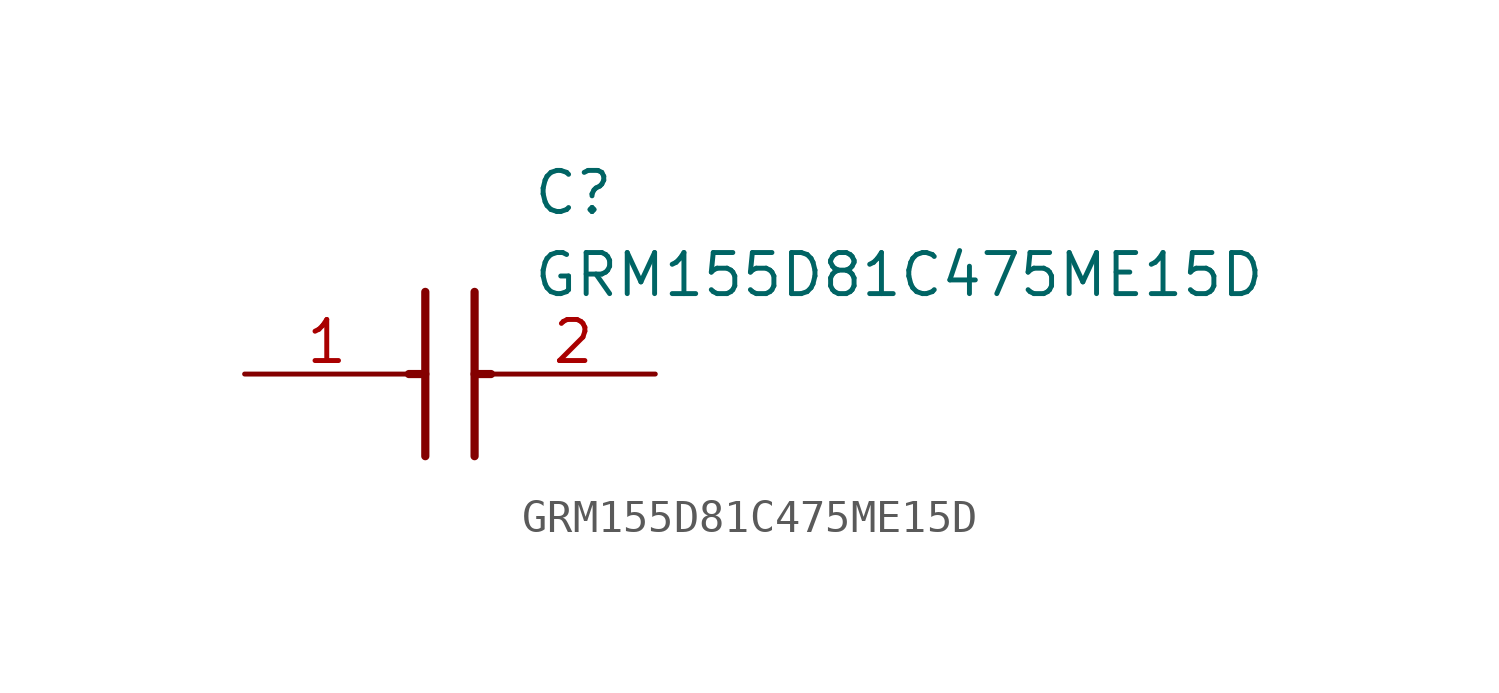
<source format=kicad_sym>
(kicad_symbol_lib
  (version 20211014)
  (generator SamacSys_ECAD_Model)
  (symbol "GRM155D81C475ME15D"
    (pin_names hide)
    (property "Reference" "C"
      (at 8.89 6.35 0)
      (effects (font (size 1.27 1.27)) (justify left top)))
    (property "Value" "GRM155D81C475ME15D"
      (at 8.89 3.81 0)
      (effects (font (size 1.27 1.27)) (justify left top)))
    (polyline
      (pts (xy 5.588 2.54) (xy 5.588 -2.54))
      (stroke (width 0.254) (type default))
      (fill (type none)))
    (polyline
      (pts (xy 7.112 2.54) (xy 7.112 -2.54))
      (stroke (width 0.254) (type default))
      (fill (type none)))
    (polyline
      (pts (xy 5.08 0) (xy 5.588 0))
      (stroke (width 0.254) (type default))
      (fill (type none)))
    (polyline
      (pts (xy 7.112 0) (xy 7.62 0))
      (stroke (width 0.254) (type default))
      (fill (type none)))
    (pin passive line
      (at 0 0 0)
      (length 5.08)
      (name "1" (effects (font (size 1.27 1.27))))
      (number "1" (effects (font (size 1.27 1.27)))))
    (pin passive line
      (at 12.7 0 180)
      (length 5.08)
      (name "2" (effects (font (size 1.27 1.27))))
      (number "2" (effects (font (size 1.27 1.27)))))))
</source>
